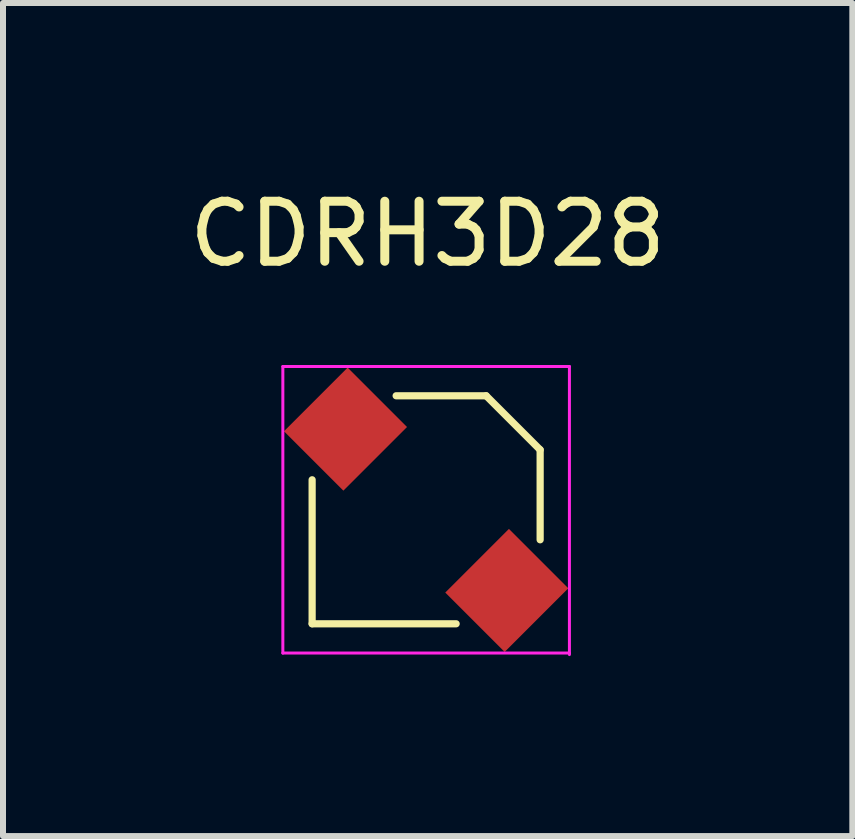
<source format=kicad_pcb>
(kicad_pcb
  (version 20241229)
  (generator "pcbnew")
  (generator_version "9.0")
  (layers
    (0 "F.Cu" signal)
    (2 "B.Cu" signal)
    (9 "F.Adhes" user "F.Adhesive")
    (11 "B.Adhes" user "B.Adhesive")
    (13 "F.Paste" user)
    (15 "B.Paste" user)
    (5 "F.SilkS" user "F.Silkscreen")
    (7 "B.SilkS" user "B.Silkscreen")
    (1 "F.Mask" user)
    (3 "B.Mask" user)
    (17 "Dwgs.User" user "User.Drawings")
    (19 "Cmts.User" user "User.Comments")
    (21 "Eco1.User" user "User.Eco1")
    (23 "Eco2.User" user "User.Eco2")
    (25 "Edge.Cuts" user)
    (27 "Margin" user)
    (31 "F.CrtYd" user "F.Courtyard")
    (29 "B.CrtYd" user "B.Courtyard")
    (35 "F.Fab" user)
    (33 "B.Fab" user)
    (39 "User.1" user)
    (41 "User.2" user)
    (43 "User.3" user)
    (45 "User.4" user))
  (footprint "CDRH3D28"
    (layer "F.Cu")
    (at 4.052 5.446)
    (property "Reference" "CDRH3D28" (at 0.025 -4.597 0) (layer "F.SilkS") (effects (font (size 1 1) (thickness 0.15))))
    (attr through_hole)
    (fp_line (start -1.9 -0.5) (end -1.9 1.9) (stroke (width 0.12) (type solid)) (layer "F.SilkS"))
    (fp_line (start -1.9 1.9) (end 0.5 1.9) (stroke (width 0.12) (type solid)) (layer "F.SilkS"))
    (fp_line (start -0.5 -1.9) (end 1 -1.9) (stroke (width 0.12) (type solid)) (layer "F.SilkS"))
    (fp_line (start 1 -1.9) (end 1.9 -1) (stroke (width 0.12) (type solid)) (layer "F.SilkS"))
    (fp_line (start 1.9 0.5) (end 1.9 -1) (stroke (width 0.12) (type solid)) (layer "F.SilkS"))
    (fp_line (start -2.388 -2.388) (end -2.388 2.388) (stroke (width 0.05) (type solid)) (layer "F.CrtYd"))
    (fp_line (start -2.388 2.388) (end 2.388 2.388) (stroke (width 0.05) (type solid)) (layer "F.CrtYd"))
    (fp_line (start 2.388 -2.388) (end -2.388 -2.388) (stroke (width 0.05) (type solid)) (layer "F.CrtYd"))
    (fp_line (start 2.388 2.413) (end 2.388 -2.388) (stroke (width 0.05) (type solid)) (layer "F.CrtYd"))
    (pad "1" smd rect (at -1.344 -1.344 315) (size 1.4 1.5) (layers "F.Cu" "F.Mask" "F.Paste"))
    (pad "2" smd rect (at 1.344 1.344 315) (size 1.4 1.5) (layers "F.Cu" "F.Mask" "F.Paste")))
  (gr_rect
    (start -3 -3)
    (end 11.155 10.884)
    (stroke (width 0.1) (type default))
    (fill no)
    (layer "Edge.Cuts")))
</source>
